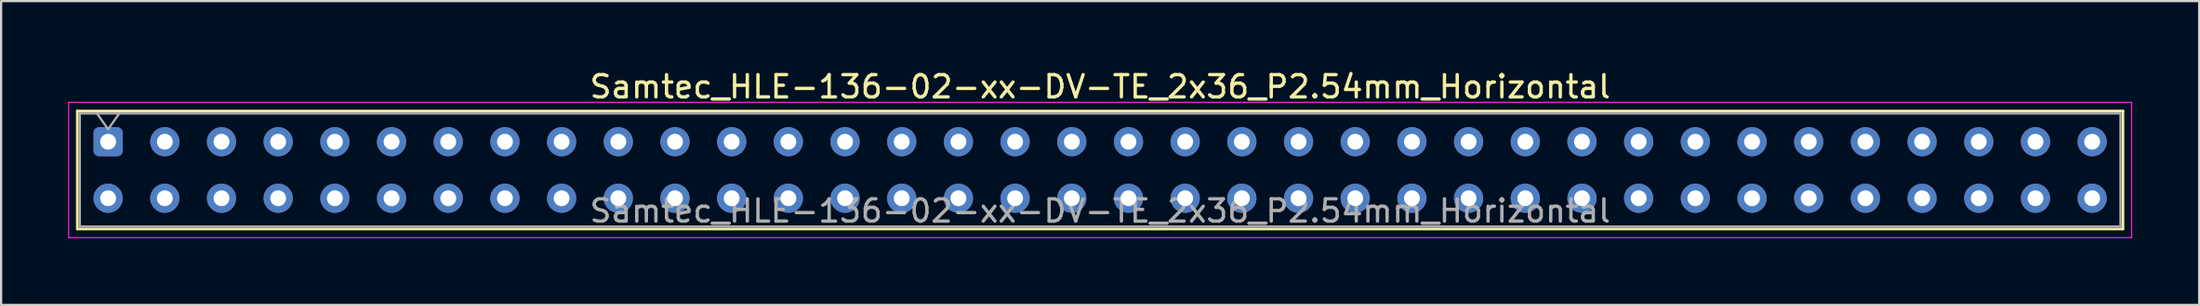
<source format=kicad_pcb>
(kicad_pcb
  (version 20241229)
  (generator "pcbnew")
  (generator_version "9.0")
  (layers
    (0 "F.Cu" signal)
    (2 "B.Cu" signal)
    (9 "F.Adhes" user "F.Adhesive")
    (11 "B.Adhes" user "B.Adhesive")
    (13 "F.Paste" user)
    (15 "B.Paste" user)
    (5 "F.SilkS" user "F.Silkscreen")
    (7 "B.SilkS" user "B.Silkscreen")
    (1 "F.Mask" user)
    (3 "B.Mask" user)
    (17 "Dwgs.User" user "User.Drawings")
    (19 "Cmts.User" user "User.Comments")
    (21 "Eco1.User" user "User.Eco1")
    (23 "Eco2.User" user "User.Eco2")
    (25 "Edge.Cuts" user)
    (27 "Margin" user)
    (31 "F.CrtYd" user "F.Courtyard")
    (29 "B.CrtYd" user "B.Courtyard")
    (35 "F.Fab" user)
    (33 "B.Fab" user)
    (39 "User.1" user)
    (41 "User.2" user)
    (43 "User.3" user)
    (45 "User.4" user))
  (footprint "Samtec_HLE-136-02-xx-DV-TE_2x36_P2.54mm_Horizontal"
    (layer "F.Cu")
    (at 1.795 3.318)
    (property "Reference" "Samtec_HLE-136-02-xx-DV-TE_2x36_P2.54mm_Horizontal" (at 44.45 -2.47 0) (layer "F.SilkS") (effects (font (size 1 1) (thickness 0.15))))
    (attr through_hole)
    (fp_line (start -1.38 -1.38) (end 90.28 -1.38) (stroke (width 0.12) (type solid)) (layer "F.SilkS"))
    (fp_line (start -1.38 3.92) (end -1.38 -1.38) (stroke (width 0.12) (type solid)) (layer "F.SilkS"))
    (fp_line (start 90.28 -1.38) (end 90.28 3.92) (stroke (width 0.12) (type solid)) (layer "F.SilkS"))
    (fp_line (start 90.28 3.92) (end -1.38 3.92) (stroke (width 0.12) (type solid)) (layer "F.SilkS"))
    (fp_line (start -1.77 -1.77) (end 90.67 -1.77) (stroke (width 0.05) (type solid)) (layer "F.CrtYd"))
    (fp_line (start -1.77 4.31) (end -1.77 -1.77) (stroke (width 0.05) (type solid)) (layer "F.CrtYd"))
    (fp_line (start 90.67 -1.77) (end 90.67 4.31) (stroke (width 0.05) (type solid)) (layer "F.CrtYd"))
    (fp_line (start 90.67 4.31) (end -1.77 4.31) (stroke (width 0.05) (type solid)) (layer "F.CrtYd"))
    (fp_line (start -1.27 -1.27) (end 90.17 -1.27) (stroke (width 0.1) (type solid)) (layer "F.Fab"))
    (fp_line (start -1.27 3.81) (end -1.27 -1.27) (stroke (width 0.1) (type solid)) (layer "F.Fab"))
    (fp_line (start -0.5 -1.27) (end 0 -0.563) (stroke (width 0.1) (type solid)) (layer "F.Fab"))
    (fp_line (start 0 -0.563) (end 0.5 -1.27) (stroke (width 0.1) (type solid)) (layer "F.Fab"))
    (fp_line (start 90.17 -1.27) (end 90.17 3.81) (stroke (width 0.1) (type solid)) (layer "F.Fab"))
    (fp_line (start 90.17 3.81) (end -1.27 3.81) (stroke (width 0.1) (type solid)) (layer "F.Fab"))
    (fp_text user "${REFERENCE}" (at 44.45 3.11 0) (layer "F.Fab") (effects (font (size 1 1) (thickness 0.15))))
    (pad "1" thru_hole roundrect (at 0 0) (size 1.31 1.31) (drill 0.71) (layers "*.Cu" "*.Mask") (roundrect_rratio 0.191))
    (pad "2" thru_hole circle (at 0 2.54) (size 1.31 1.31) (drill 0.71) (layers "*.Cu" "*.Mask"))
    (pad "3" thru_hole circle (at 2.54 0) (size 1.31 1.31) (drill 0.71) (layers "*.Cu" "*.Mask"))
    (pad "4" thru_hole circle (at 2.54 2.54) (size 1.31 1.31) (drill 0.71) (layers "*.Cu" "*.Mask"))
    (pad "5" thru_hole circle (at 5.08 0) (size 1.31 1.31) (drill 0.71) (layers "*.Cu" "*.Mask"))
    (pad "6" thru_hole circle (at 5.08 2.54) (size 1.31 1.31) (drill 0.71) (layers "*.Cu" "*.Mask"))
    (pad "7" thru_hole circle (at 7.62 0) (size 1.31 1.31) (drill 0.71) (layers "*.Cu" "*.Mask"))
    (pad "8" thru_hole circle (at 7.62 2.54) (size 1.31 1.31) (drill 0.71) (layers "*.Cu" "*.Mask"))
    (pad "9" thru_hole circle (at 10.16 0) (size 1.31 1.31) (drill 0.71) (layers "*.Cu" "*.Mask"))
    (pad "10" thru_hole circle (at 10.16 2.54) (size 1.31 1.31) (drill 0.71) (layers "*.Cu" "*.Mask"))
    (pad "11" thru_hole circle (at 12.7 0) (size 1.31 1.31) (drill 0.71) (layers "*.Cu" "*.Mask"))
    (pad "12" thru_hole circle (at 12.7 2.54) (size 1.31 1.31) (drill 0.71) (layers "*.Cu" "*.Mask"))
    (pad "13" thru_hole circle (at 15.24 0) (size 1.31 1.31) (drill 0.71) (layers "*.Cu" "*.Mask"))
    (pad "14" thru_hole circle (at 15.24 2.54) (size 1.31 1.31) (drill 0.71) (layers "*.Cu" "*.Mask"))
    (pad "15" thru_hole circle (at 17.78 0) (size 1.31 1.31) (drill 0.71) (layers "*.Cu" "*.Mask"))
    (pad "16" thru_hole circle (at 17.78 2.54) (size 1.31 1.31) (drill 0.71) (layers "*.Cu" "*.Mask"))
    (pad "17" thru_hole circle (at 20.32 0) (size 1.31 1.31) (drill 0.71) (layers "*.Cu" "*.Mask"))
    (pad "18" thru_hole circle (at 20.32 2.54) (size 1.31 1.31) (drill 0.71) (layers "*.Cu" "*.Mask"))
    (pad "19" thru_hole circle (at 22.86 0) (size 1.31 1.31) (drill 0.71) (layers "*.Cu" "*.Mask"))
    (pad "20" thru_hole circle (at 22.86 2.54) (size 1.31 1.31) (drill 0.71) (layers "*.Cu" "*.Mask"))
    (pad "21" thru_hole circle (at 25.4 0) (size 1.31 1.31) (drill 0.71) (layers "*.Cu" "*.Mask"))
    (pad "22" thru_hole circle (at 25.4 2.54) (size 1.31 1.31) (drill 0.71) (layers "*.Cu" "*.Mask"))
    (pad "23" thru_hole circle (at 27.94 0) (size 1.31 1.31) (drill 0.71) (layers "*.Cu" "*.Mask"))
    (pad "24" thru_hole circle (at 27.94 2.54) (size 1.31 1.31) (drill 0.71) (layers "*.Cu" "*.Mask"))
    (pad "25" thru_hole circle (at 30.48 0) (size 1.31 1.31) (drill 0.71) (layers "*.Cu" "*.Mask"))
    (pad "26" thru_hole circle (at 30.48 2.54) (size 1.31 1.31) (drill 0.71) (layers "*.Cu" "*.Mask"))
    (pad "27" thru_hole circle (at 33.02 0) (size 1.31 1.31) (drill 0.71) (layers "*.Cu" "*.Mask"))
    (pad "28" thru_hole circle (at 33.02 2.54) (size 1.31 1.31) (drill 0.71) (layers "*.Cu" "*.Mask"))
    (pad "29" thru_hole circle (at 35.56 0) (size 1.31 1.31) (drill 0.71) (layers "*.Cu" "*.Mask"))
    (pad "30" thru_hole circle (at 35.56 2.54) (size 1.31 1.31) (drill 0.71) (layers "*.Cu" "*.Mask"))
    (pad "31" thru_hole circle (at 38.1 0) (size 1.31 1.31) (drill 0.71) (layers "*.Cu" "*.Mask"))
    (pad "32" thru_hole circle (at 38.1 2.54) (size 1.31 1.31) (drill 0.71) (layers "*.Cu" "*.Mask"))
    (pad "33" thru_hole circle (at 40.64 0) (size 1.31 1.31) (drill 0.71) (layers "*.Cu" "*.Mask"))
    (pad "34" thru_hole circle (at 40.64 2.54) (size 1.31 1.31) (drill 0.71) (layers "*.Cu" "*.Mask"))
    (pad "35" thru_hole circle (at 43.18 0) (size 1.31 1.31) (drill 0.71) (layers "*.Cu" "*.Mask"))
    (pad "36" thru_hole circle (at 43.18 2.54) (size 1.31 1.31) (drill 0.71) (layers "*.Cu" "*.Mask"))
    (pad "37" thru_hole circle (at 45.72 0) (size 1.31 1.31) (drill 0.71) (layers "*.Cu" "*.Mask"))
    (pad "38" thru_hole circle (at 45.72 2.54) (size 1.31 1.31) (drill 0.71) (layers "*.Cu" "*.Mask"))
    (pad "39" thru_hole circle (at 48.26 0) (size 1.31 1.31) (drill 0.71) (layers "*.Cu" "*.Mask"))
    (pad "40" thru_hole circle (at 48.26 2.54) (size 1.31 1.31) (drill 0.71) (layers "*.Cu" "*.Mask"))
    (pad "41" thru_hole circle (at 50.8 0) (size 1.31 1.31) (drill 0.71) (layers "*.Cu" "*.Mask"))
    (pad "42" thru_hole circle (at 50.8 2.54) (size 1.31 1.31) (drill 0.71) (layers "*.Cu" "*.Mask"))
    (pad "43" thru_hole circle (at 53.34 0) (size 1.31 1.31) (drill 0.71) (layers "*.Cu" "*.Mask"))
    (pad "44" thru_hole circle (at 53.34 2.54) (size 1.31 1.31) (drill 0.71) (layers "*.Cu" "*.Mask"))
    (pad "45" thru_hole circle (at 55.88 0) (size 1.31 1.31) (drill 0.71) (layers "*.Cu" "*.Mask"))
    (pad "46" thru_hole circle (at 55.88 2.54) (size 1.31 1.31) (drill 0.71) (layers "*.Cu" "*.Mask"))
    (pad "47" thru_hole circle (at 58.42 0) (size 1.31 1.31) (drill 0.71) (layers "*.Cu" "*.Mask"))
    (pad "48" thru_hole circle (at 58.42 2.54) (size 1.31 1.31) (drill 0.71) (layers "*.Cu" "*.Mask"))
    (pad "49" thru_hole circle (at 60.96 0) (size 1.31 1.31) (drill 0.71) (layers "*.Cu" "*.Mask"))
    (pad "50" thru_hole circle (at 60.96 2.54) (size 1.31 1.31) (drill 0.71) (layers "*.Cu" "*.Mask"))
    (pad "51" thru_hole circle (at 63.5 0) (size 1.31 1.31) (drill 0.71) (layers "*.Cu" "*.Mask"))
    (pad "52" thru_hole circle (at 63.5 2.54) (size 1.31 1.31) (drill 0.71) (layers "*.Cu" "*.Mask"))
    (pad "53" thru_hole circle (at 66.04 0) (size 1.31 1.31) (drill 0.71) (layers "*.Cu" "*.Mask"))
    (pad "54" thru_hole circle (at 66.04 2.54) (size 1.31 1.31) (drill 0.71) (layers "*.Cu" "*.Mask"))
    (pad "55" thru_hole circle (at 68.58 0) (size 1.31 1.31) (drill 0.71) (layers "*.Cu" "*.Mask"))
    (pad "56" thru_hole circle (at 68.58 2.54) (size 1.31 1.31) (drill 0.71) (layers "*.Cu" "*.Mask"))
    (pad "57" thru_hole circle (at 71.12 0) (size 1.31 1.31) (drill 0.71) (layers "*.Cu" "*.Mask"))
    (pad "58" thru_hole circle (at 71.12 2.54) (size 1.31 1.31) (drill 0.71) (layers "*.Cu" "*.Mask"))
    (pad "59" thru_hole circle (at 73.66 0) (size 1.31 1.31) (drill 0.71) (layers "*.Cu" "*.Mask"))
    (pad "60" thru_hole circle (at 73.66 2.54) (size 1.31 1.31) (drill 0.71) (layers "*.Cu" "*.Mask"))
    (pad "61" thru_hole circle (at 76.2 0) (size 1.31 1.31) (drill 0.71) (layers "*.Cu" "*.Mask"))
    (pad "62" thru_hole circle (at 76.2 2.54) (size 1.31 1.31) (drill 0.71) (layers "*.Cu" "*.Mask"))
    (pad "63" thru_hole circle (at 78.74 0) (size 1.31 1.31) (drill 0.71) (layers "*.Cu" "*.Mask"))
    (pad "64" thru_hole circle (at 78.74 2.54) (size 1.31 1.31) (drill 0.71) (layers "*.Cu" "*.Mask"))
    (pad "65" thru_hole circle (at 81.28 0) (size 1.31 1.31) (drill 0.71) (layers "*.Cu" "*.Mask"))
    (pad "66" thru_hole circle (at 81.28 2.54) (size 1.31 1.31) (drill 0.71) (layers "*.Cu" "*.Mask"))
    (pad "67" thru_hole circle (at 83.82 0) (size 1.31 1.31) (drill 0.71) (layers "*.Cu" "*.Mask"))
    (pad "68" thru_hole circle (at 83.82 2.54) (size 1.31 1.31) (drill 0.71) (layers "*.Cu" "*.Mask"))
    (pad "69" thru_hole circle (at 86.36 0) (size 1.31 1.31) (drill 0.71) (layers "*.Cu" "*.Mask"))
    (pad "70" thru_hole circle (at 86.36 2.54) (size 1.31 1.31) (drill 0.71) (layers "*.Cu" "*.Mask"))
    (pad "71" thru_hole circle (at 88.9 0) (size 1.31 1.31) (drill 0.71) (layers "*.Cu" "*.Mask"))
    (pad "72" thru_hole circle (at 88.9 2.54) (size 1.31 1.31) (drill 0.71) (layers "*.Cu" "*.Mask")))
  (gr_rect
    (start -3 -3)
    (end 95.49 10.653)
    (stroke (width 0.1) (type default))
    (fill no)
    (layer "Edge.Cuts")))
</source>
